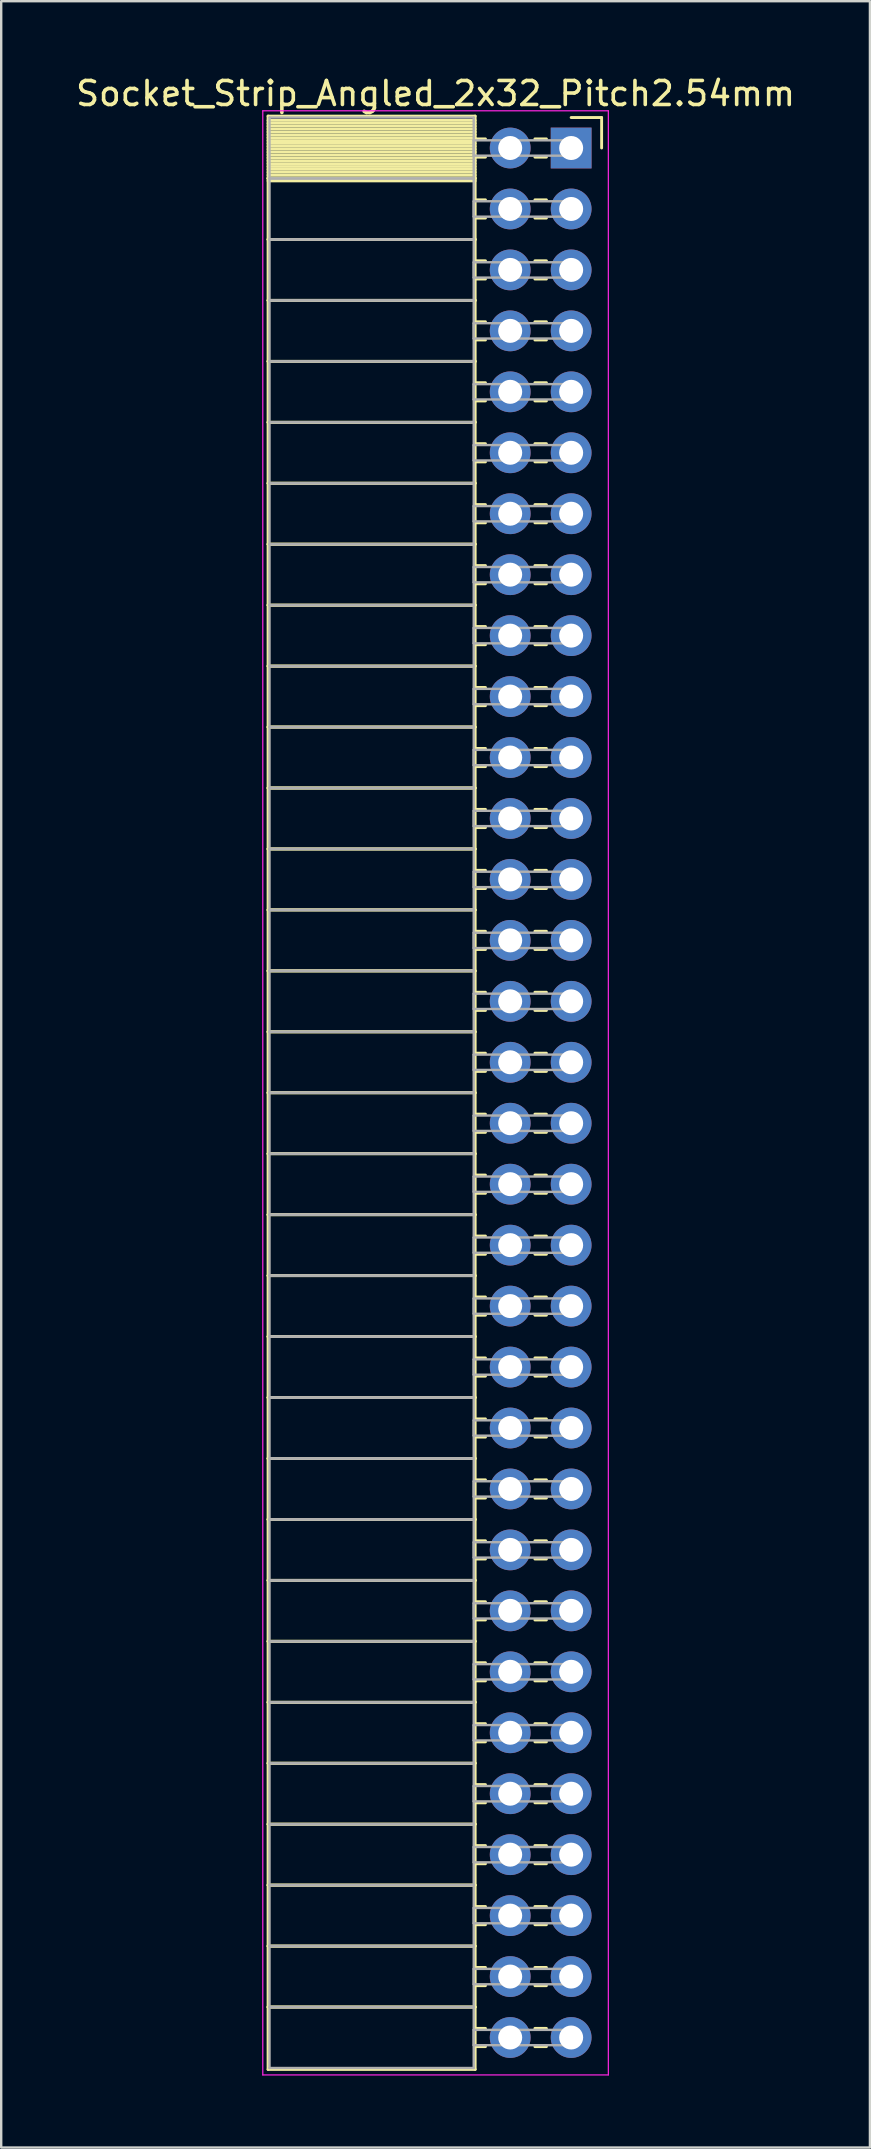
<source format=kicad_pcb>
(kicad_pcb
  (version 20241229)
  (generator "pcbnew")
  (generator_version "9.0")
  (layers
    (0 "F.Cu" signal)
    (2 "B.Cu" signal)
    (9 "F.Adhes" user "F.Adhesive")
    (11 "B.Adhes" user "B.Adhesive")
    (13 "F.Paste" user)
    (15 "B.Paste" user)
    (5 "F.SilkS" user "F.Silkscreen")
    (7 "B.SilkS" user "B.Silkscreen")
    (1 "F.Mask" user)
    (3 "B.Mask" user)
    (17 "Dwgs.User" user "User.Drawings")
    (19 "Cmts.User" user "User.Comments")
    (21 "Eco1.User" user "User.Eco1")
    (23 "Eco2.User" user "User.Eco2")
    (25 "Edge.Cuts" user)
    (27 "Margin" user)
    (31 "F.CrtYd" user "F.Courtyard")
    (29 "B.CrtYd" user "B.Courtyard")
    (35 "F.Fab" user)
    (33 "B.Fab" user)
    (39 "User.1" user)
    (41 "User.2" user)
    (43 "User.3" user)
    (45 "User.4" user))
  (footprint "Socket_Strip_Angled_2x32_Pitch2.54mm"
    (layer "F.Cu")
    (at 20.751 3.118)
    (property "Reference" "Socket_Strip_Angled_2x32_Pitch2.54mm" (at -5.65 -2.27 0) (layer "F.SilkS") (effects (font (size 1 1) (thickness 0.15))))
    (attr through_hole)
    (fp_line (start -12.63 -1.33) (end -4 -1.33) (stroke (width 0.12) (type solid)) (layer "F.SilkS"))
    (fp_line (start -12.63 1.27) (end -12.63 -1.33) (stroke (width 0.12) (type solid)) (layer "F.SilkS"))
    (fp_line (start -12.63 1.27) (end -4 1.27) (stroke (width 0.12) (type solid)) (layer "F.SilkS"))
    (fp_line (start -12.63 3.81) (end -12.63 1.27) (stroke (width 0.12) (type solid)) (layer "F.SilkS"))
    (fp_line (start -12.63 3.81) (end -4 3.81) (stroke (width 0.12) (type solid)) (layer "F.SilkS"))
    (fp_line (start -12.63 6.35) (end -12.63 3.81) (stroke (width 0.12) (type solid)) (layer "F.SilkS"))
    (fp_line (start -12.63 6.35) (end -4 6.35) (stroke (width 0.12) (type solid)) (layer "F.SilkS"))
    (fp_line (start -12.63 8.89) (end -12.63 6.35) (stroke (width 0.12) (type solid)) (layer "F.SilkS"))
    (fp_line (start -12.63 8.89) (end -4 8.89) (stroke (width 0.12) (type solid)) (layer "F.SilkS"))
    (fp_line (start -12.63 11.43) (end -12.63 8.89) (stroke (width 0.12) (type solid)) (layer "F.SilkS"))
    (fp_line (start -12.63 11.43) (end -4 11.43) (stroke (width 0.12) (type solid)) (layer "F.SilkS"))
    (fp_line (start -12.63 13.97) (end -12.63 11.43) (stroke (width 0.12) (type solid)) (layer "F.SilkS"))
    (fp_line (start -12.63 13.97) (end -4 13.97) (stroke (width 0.12) (type solid)) (layer "F.SilkS"))
    (fp_line (start -12.63 16.51) (end -12.63 13.97) (stroke (width 0.12) (type solid)) (layer "F.SilkS"))
    (fp_line (start -12.63 16.51) (end -4 16.51) (stroke (width 0.12) (type solid)) (layer "F.SilkS"))
    (fp_line (start -12.63 19.05) (end -12.63 16.51) (stroke (width 0.12) (type solid)) (layer "F.SilkS"))
    (fp_line (start -12.63 19.05) (end -4 19.05) (stroke (width 0.12) (type solid)) (layer "F.SilkS"))
    (fp_line (start -12.63 21.59) (end -12.63 19.05) (stroke (width 0.12) (type solid)) (layer "F.SilkS"))
    (fp_line (start -12.63 21.59) (end -4 21.59) (stroke (width 0.12) (type solid)) (layer "F.SilkS"))
    (fp_line (start -12.63 24.13) (end -12.63 21.59) (stroke (width 0.12) (type solid)) (layer "F.SilkS"))
    (fp_line (start -12.63 24.13) (end -4 24.13) (stroke (width 0.12) (type solid)) (layer "F.SilkS"))
    (fp_line (start -12.63 26.67) (end -12.63 24.13) (stroke (width 0.12) (type solid)) (layer "F.SilkS"))
    (fp_line (start -12.63 26.67) (end -4 26.67) (stroke (width 0.12) (type solid)) (layer "F.SilkS"))
    (fp_line (start -12.63 29.21) (end -12.63 26.67) (stroke (width 0.12) (type solid)) (layer "F.SilkS"))
    (fp_line (start -12.63 29.21) (end -4 29.21) (stroke (width 0.12) (type solid)) (layer "F.SilkS"))
    (fp_line (start -12.63 31.75) (end -12.63 29.21) (stroke (width 0.12) (type solid)) (layer "F.SilkS"))
    (fp_line (start -12.63 31.75) (end -4 31.75) (stroke (width 0.12) (type solid)) (layer "F.SilkS"))
    (fp_line (start -12.63 34.29) (end -12.63 31.75) (stroke (width 0.12) (type solid)) (layer "F.SilkS"))
    (fp_line (start -12.63 34.29) (end -4 34.29) (stroke (width 0.12) (type solid)) (layer "F.SilkS"))
    (fp_line (start -12.63 36.83) (end -12.63 34.29) (stroke (width 0.12) (type solid)) (layer "F.SilkS"))
    (fp_line (start -12.63 36.83) (end -4 36.83) (stroke (width 0.12) (type solid)) (layer "F.SilkS"))
    (fp_line (start -12.63 39.37) (end -12.63 36.83) (stroke (width 0.12) (type solid)) (layer "F.SilkS"))
    (fp_line (start -12.63 39.37) (end -4 39.37) (stroke (width 0.12) (type solid)) (layer "F.SilkS"))
    (fp_line (start -12.63 41.91) (end -12.63 39.37) (stroke (width 0.12) (type solid)) (layer "F.SilkS"))
    (fp_line (start -12.63 41.91) (end -4 41.91) (stroke (width 0.12) (type solid)) (layer "F.SilkS"))
    (fp_line (start -12.63 44.45) (end -12.63 41.91) (stroke (width 0.12) (type solid)) (layer "F.SilkS"))
    (fp_line (start -12.63 44.45) (end -4 44.45) (stroke (width 0.12) (type solid)) (layer "F.SilkS"))
    (fp_line (start -12.63 46.99) (end -12.63 44.45) (stroke (width 0.12) (type solid)) (layer "F.SilkS"))
    (fp_line (start -12.63 46.99) (end -4 46.99) (stroke (width 0.12) (type solid)) (layer "F.SilkS"))
    (fp_line (start -12.63 49.53) (end -12.63 46.99) (stroke (width 0.12) (type solid)) (layer "F.SilkS"))
    (fp_line (start -12.63 49.53) (end -4 49.53) (stroke (width 0.12) (type solid)) (layer "F.SilkS"))
    (fp_line (start -12.63 52.07) (end -12.63 49.53) (stroke (width 0.12) (type solid)) (layer "F.SilkS"))
    (fp_line (start -12.63 52.07) (end -4 52.07) (stroke (width 0.12) (type solid)) (layer "F.SilkS"))
    (fp_line (start -12.63 54.61) (end -12.63 52.07) (stroke (width 0.12) (type solid)) (layer "F.SilkS"))
    (fp_line (start -12.63 54.61) (end -4 54.61) (stroke (width 0.12) (type solid)) (layer "F.SilkS"))
    (fp_line (start -12.63 57.15) (end -12.63 54.61) (stroke (width 0.12) (type solid)) (layer "F.SilkS"))
    (fp_line (start -12.63 57.15) (end -4 57.15) (stroke (width 0.12) (type solid)) (layer "F.SilkS"))
    (fp_line (start -12.63 59.69) (end -12.63 57.15) (stroke (width 0.12) (type solid)) (layer "F.SilkS"))
    (fp_line (start -12.63 59.69) (end -4 59.69) (stroke (width 0.12) (type solid)) (layer "F.SilkS"))
    (fp_line (start -12.63 62.23) (end -12.63 59.69) (stroke (width 0.12) (type solid)) (layer "F.SilkS"))
    (fp_line (start -12.63 62.23) (end -4 62.23) (stroke (width 0.12) (type solid)) (layer "F.SilkS"))
    (fp_line (start -12.63 64.77) (end -12.63 62.23) (stroke (width 0.12) (type solid)) (layer "F.SilkS"))
    (fp_line (start -12.63 64.77) (end -4 64.77) (stroke (width 0.12) (type solid)) (layer "F.SilkS"))
    (fp_line (start -12.63 67.31) (end -12.63 64.77) (stroke (width 0.12) (type solid)) (layer "F.SilkS"))
    (fp_line (start -12.63 67.31) (end -4 67.31) (stroke (width 0.12) (type solid)) (layer "F.SilkS"))
    (fp_line (start -12.63 69.85) (end -12.63 67.31) (stroke (width 0.12) (type solid)) (layer "F.SilkS"))
    (fp_line (start -12.63 69.85) (end -4 69.85) (stroke (width 0.12) (type solid)) (layer "F.SilkS"))
    (fp_line (start -12.63 72.39) (end -12.63 69.85) (stroke (width 0.12) (type solid)) (layer "F.SilkS"))
    (fp_line (start -12.63 72.39) (end -4 72.39) (stroke (width 0.12) (type solid)) (layer "F.SilkS"))
    (fp_line (start -12.63 74.93) (end -12.63 72.39) (stroke (width 0.12) (type solid)) (layer "F.SilkS"))
    (fp_line (start -12.63 74.93) (end -4 74.93) (stroke (width 0.12) (type solid)) (layer "F.SilkS"))
    (fp_line (start -12.63 77.47) (end -12.63 74.93) (stroke (width 0.12) (type solid)) (layer "F.SilkS"))
    (fp_line (start -12.63 77.47) (end -4 77.47) (stroke (width 0.12) (type solid)) (layer "F.SilkS"))
    (fp_line (start -12.63 80.07) (end -12.63 77.47) (stroke (width 0.12) (type solid)) (layer "F.SilkS"))
    (fp_line (start -4 -1.33) (end -4 1.27) (stroke (width 0.12) (type solid)) (layer "F.SilkS"))
    (fp_line (start -4 -1.15) (end -12.63 -1.15) (stroke (width 0.12) (type solid)) (layer "F.SilkS"))
    (fp_line (start -4 -1.03) (end -12.63 -1.03) (stroke (width 0.12) (type solid)) (layer "F.SilkS"))
    (fp_line (start -4 -0.91) (end -12.63 -0.91) (stroke (width 0.12) (type solid)) (layer "F.SilkS"))
    (fp_line (start -4 -0.79) (end -12.63 -0.79) (stroke (width 0.12) (type solid)) (layer "F.SilkS"))
    (fp_line (start -4 -0.67) (end -12.63 -0.67) (stroke (width 0.12) (type solid)) (layer "F.SilkS"))
    (fp_line (start -4 -0.55) (end -12.63 -0.55) (stroke (width 0.12) (type solid)) (layer "F.SilkS"))
    (fp_line (start -4 -0.43) (end -12.63 -0.43) (stroke (width 0.12) (type solid)) (layer "F.SilkS"))
    (fp_line (start -4 -0.31) (end -12.63 -0.31) (stroke (width 0.12) (type solid)) (layer "F.SilkS"))
    (fp_line (start -4 -0.19) (end -12.63 -0.19) (stroke (width 0.12) (type solid)) (layer "F.SilkS"))
    (fp_line (start -4 -0.07) (end -12.63 -0.07) (stroke (width 0.12) (type solid)) (layer "F.SilkS"))
    (fp_line (start -4 0.05) (end -12.63 0.05) (stroke (width 0.12) (type solid)) (layer "F.SilkS"))
    (fp_line (start -4 0.17) (end -12.63 0.17) (stroke (width 0.12) (type solid)) (layer "F.SilkS"))
    (fp_line (start -4 0.29) (end -12.63 0.29) (stroke (width 0.12) (type solid)) (layer "F.SilkS"))
    (fp_line (start -4 0.41) (end -12.63 0.41) (stroke (width 0.12) (type solid)) (layer "F.SilkS"))
    (fp_line (start -4 0.53) (end -12.63 0.53) (stroke (width 0.12) (type solid)) (layer "F.SilkS"))
    (fp_line (start -4 0.65) (end -12.63 0.65) (stroke (width 0.12) (type solid)) (layer "F.SilkS"))
    (fp_line (start -4 0.77) (end -12.63 0.77) (stroke (width 0.12) (type solid)) (layer "F.SilkS"))
    (fp_line (start -4 0.89) (end -12.63 0.89) (stroke (width 0.12) (type solid)) (layer "F.SilkS"))
    (fp_line (start -4 1.01) (end -12.63 1.01) (stroke (width 0.12) (type solid)) (layer "F.SilkS"))
    (fp_line (start -4 1.13) (end -12.63 1.13) (stroke (width 0.12) (type solid)) (layer "F.SilkS"))
    (fp_line (start -4 1.25) (end -12.63 1.25) (stroke (width 0.12) (type solid)) (layer "F.SilkS"))
    (fp_line (start -4 1.27) (end -12.63 1.27) (stroke (width 0.12) (type solid)) (layer "F.SilkS"))
    (fp_line (start -4 1.27) (end -4 3.81) (stroke (width 0.12) (type solid)) (layer "F.SilkS"))
    (fp_line (start -4 1.37) (end -12.63 1.37) (stroke (width 0.12) (type solid)) (layer "F.SilkS"))
    (fp_line (start -4 3.81) (end -12.63 3.81) (stroke (width 0.12) (type solid)) (layer "F.SilkS"))
    (fp_line (start -4 3.81) (end -4 6.35) (stroke (width 0.12) (type solid)) (layer "F.SilkS"))
    (fp_line (start -4 6.35) (end -12.63 6.35) (stroke (width 0.12) (type solid)) (layer "F.SilkS"))
    (fp_line (start -4 6.35) (end -4 8.89) (stroke (width 0.12) (type solid)) (layer "F.SilkS"))
    (fp_line (start -4 8.89) (end -12.63 8.89) (stroke (width 0.12) (type solid)) (layer "F.SilkS"))
    (fp_line (start -4 8.89) (end -4 11.43) (stroke (width 0.12) (type solid)) (layer "F.SilkS"))
    (fp_line (start -4 11.43) (end -12.63 11.43) (stroke (width 0.12) (type solid)) (layer "F.SilkS"))
    (fp_line (start -4 11.43) (end -4 13.97) (stroke (width 0.12) (type solid)) (layer "F.SilkS"))
    (fp_line (start -4 13.97) (end -12.63 13.97) (stroke (width 0.12) (type solid)) (layer "F.SilkS"))
    (fp_line (start -4 13.97) (end -4 16.51) (stroke (width 0.12) (type solid)) (layer "F.SilkS"))
    (fp_line (start -4 16.51) (end -12.63 16.51) (stroke (width 0.12) (type solid)) (layer "F.SilkS"))
    (fp_line (start -4 16.51) (end -4 19.05) (stroke (width 0.12) (type solid)) (layer "F.SilkS"))
    (fp_line (start -4 19.05) (end -12.63 19.05) (stroke (width 0.12) (type solid)) (layer "F.SilkS"))
    (fp_line (start -4 19.05) (end -4 21.59) (stroke (width 0.12) (type solid)) (layer "F.SilkS"))
    (fp_line (start -4 21.59) (end -12.63 21.59) (stroke (width 0.12) (type solid)) (layer "F.SilkS"))
    (fp_line (start -4 21.59) (end -4 24.13) (stroke (width 0.12) (type solid)) (layer "F.SilkS"))
    (fp_line (start -4 24.13) (end -12.63 24.13) (stroke (width 0.12) (type solid)) (layer "F.SilkS"))
    (fp_line (start -4 24.13) (end -4 26.67) (stroke (width 0.12) (type solid)) (layer "F.SilkS"))
    (fp_line (start -4 26.67) (end -12.63 26.67) (stroke (width 0.12) (type solid)) (layer "F.SilkS"))
    (fp_line (start -4 26.67) (end -4 29.21) (stroke (width 0.12) (type solid)) (layer "F.SilkS"))
    (fp_line (start -4 29.21) (end -12.63 29.21) (stroke (width 0.12) (type solid)) (layer "F.SilkS"))
    (fp_line (start -4 29.21) (end -4 31.75) (stroke (width 0.12) (type solid)) (layer "F.SilkS"))
    (fp_line (start -4 31.75) (end -12.63 31.75) (stroke (width 0.12) (type solid)) (layer "F.SilkS"))
    (fp_line (start -4 31.75) (end -4 34.29) (stroke (width 0.12) (type solid)) (layer "F.SilkS"))
    (fp_line (start -4 34.29) (end -12.63 34.29) (stroke (width 0.12) (type solid)) (layer "F.SilkS"))
    (fp_line (start -4 34.29) (end -4 36.83) (stroke (width 0.12) (type solid)) (layer "F.SilkS"))
    (fp_line (start -4 36.83) (end -12.63 36.83) (stroke (width 0.12) (type solid)) (layer "F.SilkS"))
    (fp_line (start -4 36.83) (end -4 39.37) (stroke (width 0.12) (type solid)) (layer "F.SilkS"))
    (fp_line (start -4 39.37) (end -12.63 39.37) (stroke (width 0.12) (type solid)) (layer "F.SilkS"))
    (fp_line (start -4 39.37) (end -4 41.91) (stroke (width 0.12) (type solid)) (layer "F.SilkS"))
    (fp_line (start -4 41.91) (end -12.63 41.91) (stroke (width 0.12) (type solid)) (layer "F.SilkS"))
    (fp_line (start -4 41.91) (end -4 44.45) (stroke (width 0.12) (type solid)) (layer "F.SilkS"))
    (fp_line (start -4 44.45) (end -12.63 44.45) (stroke (width 0.12) (type solid)) (layer "F.SilkS"))
    (fp_line (start -4 44.45) (end -4 46.99) (stroke (width 0.12) (type solid)) (layer "F.SilkS"))
    (fp_line (start -4 46.99) (end -12.63 46.99) (stroke (width 0.12) (type solid)) (layer "F.SilkS"))
    (fp_line (start -4 46.99) (end -4 49.53) (stroke (width 0.12) (type solid)) (layer "F.SilkS"))
    (fp_line (start -4 49.53) (end -12.63 49.53) (stroke (width 0.12) (type solid)) (layer "F.SilkS"))
    (fp_line (start -4 49.53) (end -4 52.07) (stroke (width 0.12) (type solid)) (layer "F.SilkS"))
    (fp_line (start -4 52.07) (end -12.63 52.07) (stroke (width 0.12) (type solid)) (layer "F.SilkS"))
    (fp_line (start -4 52.07) (end -4 54.61) (stroke (width 0.12) (type solid)) (layer "F.SilkS"))
    (fp_line (start -4 54.61) (end -12.63 54.61) (stroke (width 0.12) (type solid)) (layer "F.SilkS"))
    (fp_line (start -4 54.61) (end -4 57.15) (stroke (width 0.12) (type solid)) (layer "F.SilkS"))
    (fp_line (start -4 57.15) (end -12.63 57.15) (stroke (width 0.12) (type solid)) (layer "F.SilkS"))
    (fp_line (start -4 57.15) (end -4 59.69) (stroke (width 0.12) (type solid)) (layer "F.SilkS"))
    (fp_line (start -4 59.69) (end -12.63 59.69) (stroke (width 0.12) (type solid)) (layer "F.SilkS"))
    (fp_line (start -4 59.69) (end -4 62.23) (stroke (width 0.12) (type solid)) (layer "F.SilkS"))
    (fp_line (start -4 62.23) (end -12.63 62.23) (stroke (width 0.12) (type solid)) (layer "F.SilkS"))
    (fp_line (start -4 62.23) (end -4 64.77) (stroke (width 0.12) (type solid)) (layer "F.SilkS"))
    (fp_line (start -4 64.77) (end -12.63 64.77) (stroke (width 0.12) (type solid)) (layer "F.SilkS"))
    (fp_line (start -4 64.77) (end -4 67.31) (stroke (width 0.12) (type solid)) (layer "F.SilkS"))
    (fp_line (start -4 67.31) (end -12.63 67.31) (stroke (width 0.12) (type solid)) (layer "F.SilkS"))
    (fp_line (start -4 67.31) (end -4 69.85) (stroke (width 0.12) (type solid)) (layer "F.SilkS"))
    (fp_line (start -4 69.85) (end -12.63 69.85) (stroke (width 0.12) (type solid)) (layer "F.SilkS"))
    (fp_line (start -4 69.85) (end -4 72.39) (stroke (width 0.12) (type solid)) (layer "F.SilkS"))
    (fp_line (start -4 72.39) (end -12.63 72.39) (stroke (width 0.12) (type solid)) (layer "F.SilkS"))
    (fp_line (start -4 72.39) (end -4 74.93) (stroke (width 0.12) (type solid)) (layer "F.SilkS"))
    (fp_line (start -4 74.93) (end -12.63 74.93) (stroke (width 0.12) (type solid)) (layer "F.SilkS"))
    (fp_line (start -4 74.93) (end -4 77.47) (stroke (width 0.12) (type solid)) (layer "F.SilkS"))
    (fp_line (start -4 77.47) (end -12.63 77.47) (stroke (width 0.12) (type solid)) (layer "F.SilkS"))
    (fp_line (start -4 77.47) (end -4 80.07) (stroke (width 0.12) (type solid)) (layer "F.SilkS"))
    (fp_line (start -4 80.07) (end -12.63 80.07) (stroke (width 0.12) (type solid)) (layer "F.SilkS"))
    (fp_line (start -3.57 -0.38) (end -4 -0.38) (stroke (width 0.12) (type solid)) (layer "F.SilkS"))
    (fp_line (start -3.57 0.38) (end -4 0.38) (stroke (width 0.12) (type solid)) (layer "F.SilkS"))
    (fp_line (start -3.57 2.16) (end -4 2.16) (stroke (width 0.12) (type solid)) (layer "F.SilkS"))
    (fp_line (start -3.57 2.92) (end -4 2.92) (stroke (width 0.12) (type solid)) (layer "F.SilkS"))
    (fp_line (start -3.57 4.7) (end -4 4.7) (stroke (width 0.12) (type solid)) (layer "F.SilkS"))
    (fp_line (start -3.57 5.46) (end -4 5.46) (stroke (width 0.12) (type solid)) (layer "F.SilkS"))
    (fp_line (start -3.57 7.24) (end -4 7.24) (stroke (width 0.12) (type solid)) (layer "F.SilkS"))
    (fp_line (start -3.57 8) (end -4 8) (stroke (width 0.12) (type solid)) (layer "F.SilkS"))
    (fp_line (start -3.57 9.78) (end -4 9.78) (stroke (width 0.12) (type solid)) (layer "F.SilkS"))
    (fp_line (start -3.57 10.54) (end -4 10.54) (stroke (width 0.12) (type solid)) (layer "F.SilkS"))
    (fp_line (start -3.57 12.32) (end -4 12.32) (stroke (width 0.12) (type solid)) (layer "F.SilkS"))
    (fp_line (start -3.57 13.08) (end -4 13.08) (stroke (width 0.12) (type solid)) (layer "F.SilkS"))
    (fp_line (start -3.57 14.86) (end -4 14.86) (stroke (width 0.12) (type solid)) (layer "F.SilkS"))
    (fp_line (start -3.57 15.62) (end -4 15.62) (stroke (width 0.12) (type solid)) (layer "F.SilkS"))
    (fp_line (start -3.57 17.4) (end -4 17.4) (stroke (width 0.12) (type solid)) (layer "F.SilkS"))
    (fp_line (start -3.57 18.16) (end -4 18.16) (stroke (width 0.12) (type solid)) (layer "F.SilkS"))
    (fp_line (start -3.57 19.94) (end -4 19.94) (stroke (width 0.12) (type solid)) (layer "F.SilkS"))
    (fp_line (start -3.57 20.7) (end -4 20.7) (stroke (width 0.12) (type solid)) (layer "F.SilkS"))
    (fp_line (start -3.57 22.48) (end -4 22.48) (stroke (width 0.12) (type solid)) (layer "F.SilkS"))
    (fp_line (start -3.57 23.24) (end -4 23.24) (stroke (width 0.12) (type solid)) (layer "F.SilkS"))
    (fp_line (start -3.57 25.02) (end -4 25.02) (stroke (width 0.12) (type solid)) (layer "F.SilkS"))
    (fp_line (start -3.57 25.78) (end -4 25.78) (stroke (width 0.12) (type solid)) (layer "F.SilkS"))
    (fp_line (start -3.57 27.56) (end -4 27.56) (stroke (width 0.12) (type solid)) (layer "F.SilkS"))
    (fp_line (start -3.57 28.32) (end -4 28.32) (stroke (width 0.12) (type solid)) (layer "F.SilkS"))
    (fp_line (start -3.57 30.1) (end -4 30.1) (stroke (width 0.12) (type solid)) (layer "F.SilkS"))
    (fp_line (start -3.57 30.86) (end -4 30.86) (stroke (width 0.12) (type solid)) (layer "F.SilkS"))
    (fp_line (start -3.57 32.64) (end -4 32.64) (stroke (width 0.12) (type solid)) (layer "F.SilkS"))
    (fp_line (start -3.57 33.4) (end -4 33.4) (stroke (width 0.12) (type solid)) (layer "F.SilkS"))
    (fp_line (start -3.57 35.18) (end -4 35.18) (stroke (width 0.12) (type solid)) (layer "F.SilkS"))
    (fp_line (start -3.57 35.94) (end -4 35.94) (stroke (width 0.12) (type solid)) (layer "F.SilkS"))
    (fp_line (start -3.57 37.72) (end -4 37.72) (stroke (width 0.12) (type solid)) (layer "F.SilkS"))
    (fp_line (start -3.57 38.48) (end -4 38.48) (stroke (width 0.12) (type solid)) (layer "F.SilkS"))
    (fp_line (start -3.57 40.26) (end -4 40.26) (stroke (width 0.12) (type solid)) (layer "F.SilkS"))
    (fp_line (start -3.57 41.02) (end -4 41.02) (stroke (width 0.12) (type solid)) (layer "F.SilkS"))
    (fp_line (start -3.57 42.8) (end -4 42.8) (stroke (width 0.12) (type solid)) (layer "F.SilkS"))
    (fp_line (start -3.57 43.56) (end -4 43.56) (stroke (width 0.12) (type solid)) (layer "F.SilkS"))
    (fp_line (start -3.57 45.34) (end -4 45.34) (stroke (width 0.12) (type solid)) (layer "F.SilkS"))
    (fp_line (start -3.57 46.1) (end -4 46.1) (stroke (width 0.12) (type solid)) (layer "F.SilkS"))
    (fp_line (start -3.57 47.88) (end -4 47.88) (stroke (width 0.12) (type solid)) (layer "F.SilkS"))
    (fp_line (start -3.57 48.64) (end -4 48.64) (stroke (width 0.12) (type solid)) (layer "F.SilkS"))
    (fp_line (start -3.57 50.42) (end -4 50.42) (stroke (width 0.12) (type solid)) (layer "F.SilkS"))
    (fp_line (start -3.57 51.18) (end -4 51.18) (stroke (width 0.12) (type solid)) (layer "F.SilkS"))
    (fp_line (start -3.57 52.96) (end -4 52.96) (stroke (width 0.12) (type solid)) (layer "F.SilkS"))
    (fp_line (start -3.57 53.72) (end -4 53.72) (stroke (width 0.12) (type solid)) (layer "F.SilkS"))
    (fp_line (start -3.57 55.5) (end -4 55.5) (stroke (width 0.12) (type solid)) (layer "F.SilkS"))
    (fp_line (start -3.57 56.26) (end -4 56.26) (stroke (width 0.12) (type solid)) (layer "F.SilkS"))
    (fp_line (start -3.57 58.04) (end -4 58.04) (stroke (width 0.12) (type solid)) (layer "F.SilkS"))
    (fp_line (start -3.57 58.8) (end -4 58.8) (stroke (width 0.12) (type solid)) (layer "F.SilkS"))
    (fp_line (start -3.57 60.58) (end -4 60.58) (stroke (width 0.12) (type solid)) (layer "F.SilkS"))
    (fp_line (start -3.57 61.34) (end -4 61.34) (stroke (width 0.12) (type solid)) (layer "F.SilkS"))
    (fp_line (start -3.57 63.12) (end -4 63.12) (stroke (width 0.12) (type solid)) (layer "F.SilkS"))
    (fp_line (start -3.57 63.88) (end -4 63.88) (stroke (width 0.12) (type solid)) (layer "F.SilkS"))
    (fp_line (start -3.57 65.66) (end -4 65.66) (stroke (width 0.12) (type solid)) (layer "F.SilkS"))
    (fp_line (start -3.57 66.42) (end -4 66.42) (stroke (width 0.12) (type solid)) (layer "F.SilkS"))
    (fp_line (start -3.57 68.2) (end -4 68.2) (stroke (width 0.12) (type solid)) (layer "F.SilkS"))
    (fp_line (start -3.57 68.96) (end -4 68.96) (stroke (width 0.12) (type solid)) (layer "F.SilkS"))
    (fp_line (start -3.57 70.74) (end -4 70.74) (stroke (width 0.12) (type solid)) (layer "F.SilkS"))
    (fp_line (start -3.57 71.5) (end -4 71.5) (stroke (width 0.12) (type solid)) (layer "F.SilkS"))
    (fp_line (start -3.57 73.28) (end -4 73.28) (stroke (width 0.12) (type solid)) (layer "F.SilkS"))
    (fp_line (start -3.57 74.04) (end -4 74.04) (stroke (width 0.12) (type solid)) (layer "F.SilkS"))
    (fp_line (start -3.57 75.82) (end -4 75.82) (stroke (width 0.12) (type solid)) (layer "F.SilkS"))
    (fp_line (start -3.57 76.58) (end -4 76.58) (stroke (width 0.12) (type solid)) (layer "F.SilkS"))
    (fp_line (start -3.57 78.36) (end -4 78.36) (stroke (width 0.12) (type solid)) (layer "F.SilkS"))
    (fp_line (start -3.57 79.12) (end -4 79.12) (stroke (width 0.12) (type solid)) (layer "F.SilkS"))
    (fp_line (start -1.03 -0.38) (end -1.51 -0.38) (stroke (width 0.12) (type solid)) (layer "F.SilkS"))
    (fp_line (start -1.03 0.38) (end -1.51 0.38) (stroke (width 0.12) (type solid)) (layer "F.SilkS"))
    (fp_line (start -1.03 2.16) (end -1.51 2.16) (stroke (width 0.12) (type solid)) (layer "F.SilkS"))
    (fp_line (start -1.03 2.92) (end -1.51 2.92) (stroke (width 0.12) (type solid)) (layer "F.SilkS"))
    (fp_line (start -1.03 4.7) (end -1.51 4.7) (stroke (width 0.12) (type solid)) (layer "F.SilkS"))
    (fp_line (start -1.03 5.46) (end -1.51 5.46) (stroke (width 0.12) (type solid)) (layer "F.SilkS"))
    (fp_line (start -1.03 7.24) (end -1.51 7.24) (stroke (width 0.12) (type solid)) (layer "F.SilkS"))
    (fp_line (start -1.03 8) (end -1.51 8) (stroke (width 0.12) (type solid)) (layer "F.SilkS"))
    (fp_line (start -1.03 9.78) (end -1.51 9.78) (stroke (width 0.12) (type solid)) (layer "F.SilkS"))
    (fp_line (start -1.03 10.54) (end -1.51 10.54) (stroke (width 0.12) (type solid)) (layer "F.SilkS"))
    (fp_line (start -1.03 12.32) (end -1.51 12.32) (stroke (width 0.12) (type solid)) (layer "F.SilkS"))
    (fp_line (start -1.03 13.08) (end -1.51 13.08) (stroke (width 0.12) (type solid)) (layer "F.SilkS"))
    (fp_line (start -1.03 14.86) (end -1.51 14.86) (stroke (width 0.12) (type solid)) (layer "F.SilkS"))
    (fp_line (start -1.03 15.62) (end -1.51 15.62) (stroke (width 0.12) (type solid)) (layer "F.SilkS"))
    (fp_line (start -1.03 17.4) (end -1.51 17.4) (stroke (width 0.12) (type solid)) (layer "F.SilkS"))
    (fp_line (start -1.03 18.16) (end -1.51 18.16) (stroke (width 0.12) (type solid)) (layer "F.SilkS"))
    (fp_line (start -1.03 19.94) (end -1.51 19.94) (stroke (width 0.12) (type solid)) (layer "F.SilkS"))
    (fp_line (start -1.03 20.7) (end -1.51 20.7) (stroke (width 0.12) (type solid)) (layer "F.SilkS"))
    (fp_line (start -1.03 22.48) (end -1.51 22.48) (stroke (width 0.12) (type solid)) (layer "F.SilkS"))
    (fp_line (start -1.03 23.24) (end -1.51 23.24) (stroke (width 0.12) (type solid)) (layer "F.SilkS"))
    (fp_line (start -1.03 25.02) (end -1.51 25.02) (stroke (width 0.12) (type solid)) (layer "F.SilkS"))
    (fp_line (start -1.03 25.78) (end -1.51 25.78) (stroke (width 0.12) (type solid)) (layer "F.SilkS"))
    (fp_line (start -1.03 27.56) (end -1.51 27.56) (stroke (width 0.12) (type solid)) (layer "F.SilkS"))
    (fp_line (start -1.03 28.32) (end -1.51 28.32) (stroke (width 0.12) (type solid)) (layer "F.SilkS"))
    (fp_line (start -1.03 30.1) (end -1.51 30.1) (stroke (width 0.12) (type solid)) (layer "F.SilkS"))
    (fp_line (start -1.03 30.86) (end -1.51 30.86) (stroke (width 0.12) (type solid)) (layer "F.SilkS"))
    (fp_line (start -1.03 32.64) (end -1.51 32.64) (stroke (width 0.12) (type solid)) (layer "F.SilkS"))
    (fp_line (start -1.03 33.4) (end -1.51 33.4) (stroke (width 0.12) (type solid)) (layer "F.SilkS"))
    (fp_line (start -1.03 35.18) (end -1.51 35.18) (stroke (width 0.12) (type solid)) (layer "F.SilkS"))
    (fp_line (start -1.03 35.94) (end -1.51 35.94) (stroke (width 0.12) (type solid)) (layer "F.SilkS"))
    (fp_line (start -1.03 37.72) (end -1.51 37.72) (stroke (width 0.12) (type solid)) (layer "F.SilkS"))
    (fp_line (start -1.03 38.48) (end -1.51 38.48) (stroke (width 0.12) (type solid)) (layer "F.SilkS"))
    (fp_line (start -1.03 40.26) (end -1.51 40.26) (stroke (width 0.12) (type solid)) (layer "F.SilkS"))
    (fp_line (start -1.03 41.02) (end -1.51 41.02) (stroke (width 0.12) (type solid)) (layer "F.SilkS"))
    (fp_line (start -1.03 42.8) (end -1.51 42.8) (stroke (width 0.12) (type solid)) (layer "F.SilkS"))
    (fp_line (start -1.03 43.56) (end -1.51 43.56) (stroke (width 0.12) (type solid)) (layer "F.SilkS"))
    (fp_line (start -1.03 45.34) (end -1.51 45.34) (stroke (width 0.12) (type solid)) (layer "F.SilkS"))
    (fp_line (start -1.03 46.1) (end -1.51 46.1) (stroke (width 0.12) (type solid)) (layer "F.SilkS"))
    (fp_line (start -1.03 47.88) (end -1.51 47.88) (stroke (width 0.12) (type solid)) (layer "F.SilkS"))
    (fp_line (start -1.03 48.64) (end -1.51 48.64) (stroke (width 0.12) (type solid)) (layer "F.SilkS"))
    (fp_line (start -1.03 50.42) (end -1.51 50.42) (stroke (width 0.12) (type solid)) (layer "F.SilkS"))
    (fp_line (start -1.03 51.18) (end -1.51 51.18) (stroke (width 0.12) (type solid)) (layer "F.SilkS"))
    (fp_line (start -1.03 52.96) (end -1.51 52.96) (stroke (width 0.12) (type solid)) (layer "F.SilkS"))
    (fp_line (start -1.03 53.72) (end -1.51 53.72) (stroke (width 0.12) (type solid)) (layer "F.SilkS"))
    (fp_line (start -1.03 55.5) (end -1.51 55.5) (stroke (width 0.12) (type solid)) (layer "F.SilkS"))
    (fp_line (start -1.03 56.26) (end -1.51 56.26) (stroke (width 0.12) (type solid)) (layer "F.SilkS"))
    (fp_line (start -1.03 58.04) (end -1.51 58.04) (stroke (width 0.12) (type solid)) (layer "F.SilkS"))
    (fp_line (start -1.03 58.8) (end -1.51 58.8) (stroke (width 0.12) (type solid)) (layer "F.SilkS"))
    (fp_line (start -1.03 60.58) (end -1.51 60.58) (stroke (width 0.12) (type solid)) (layer "F.SilkS"))
    (fp_line (start -1.03 61.34) (end -1.51 61.34) (stroke (width 0.12) (type solid)) (layer "F.SilkS"))
    (fp_line (start -1.03 63.12) (end -1.51 63.12) (stroke (width 0.12) (type solid)) (layer "F.SilkS"))
    (fp_line (start -1.03 63.88) (end -1.51 63.88) (stroke (width 0.12) (type solid)) (layer "F.SilkS"))
    (fp_line (start -1.03 65.66) (end -1.51 65.66) (stroke (width 0.12) (type solid)) (layer "F.SilkS"))
    (fp_line (start -1.03 66.42) (end -1.51 66.42) (stroke (width 0.12) (type solid)) (layer "F.SilkS"))
    (fp_line (start -1.03 68.2) (end -1.51 68.2) (stroke (width 0.12) (type solid)) (layer "F.SilkS"))
    (fp_line (start -1.03 68.96) (end -1.51 68.96) (stroke (width 0.12) (type solid)) (layer "F.SilkS"))
    (fp_line (start -1.03 70.74) (end -1.51 70.74) (stroke (width 0.12) (type solid)) (layer "F.SilkS"))
    (fp_line (start -1.03 71.5) (end -1.51 71.5) (stroke (width 0.12) (type solid)) (layer "F.SilkS"))
    (fp_line (start -1.03 73.28) (end -1.51 73.28) (stroke (width 0.12) (type solid)) (layer "F.SilkS"))
    (fp_line (start -1.03 74.04) (end -1.51 74.04) (stroke (width 0.12) (type solid)) (layer "F.SilkS"))
    (fp_line (start -1.03 75.82) (end -1.51 75.82) (stroke (width 0.12) (type solid)) (layer "F.SilkS"))
    (fp_line (start -1.03 76.58) (end -1.51 76.58) (stroke (width 0.12) (type solid)) (layer "F.SilkS"))
    (fp_line (start -1.03 78.36) (end -1.51 78.36) (stroke (width 0.12) (type solid)) (layer "F.SilkS"))
    (fp_line (start -1.03 79.12) (end -1.51 79.12) (stroke (width 0.12) (type solid)) (layer "F.SilkS"))
    (fp_line (start 0 -1.27) (end 1.27 -1.27) (stroke (width 0.12) (type solid)) (layer "F.SilkS"))
    (fp_line (start 1.27 -1.27) (end 1.27 0) (stroke (width 0.12) (type solid)) (layer "F.SilkS"))
    (fp_line (start -12.85 -1.55) (end 1.55 -1.55) (stroke (width 0.05) (type solid)) (layer "F.CrtYd"))
    (fp_line (start -12.85 80.3) (end -12.85 -1.55) (stroke (width 0.05) (type solid)) (layer "F.CrtYd"))
    (fp_line (start 1.55 -1.55) (end 1.55 80.3) (stroke (width 0.05) (type solid)) (layer "F.CrtYd"))
    (fp_line (start 1.55 80.3) (end -12.85 80.3) (stroke (width 0.05) (type solid)) (layer "F.CrtYd"))
    (fp_line (start -12.57 -1.27) (end -4.06 -1.27) (stroke (width 0.1) (type solid)) (layer "F.Fab"))
    (fp_line (start -12.57 1.27) (end -12.57 -1.27) (stroke (width 0.1) (type solid)) (layer "F.Fab"))
    (fp_line (start -12.57 1.27) (end -4.06 1.27) (stroke (width 0.1) (type solid)) (layer "F.Fab"))
    (fp_line (start -12.57 3.81) (end -12.57 1.27) (stroke (width 0.1) (type solid)) (layer "F.Fab"))
    (fp_line (start -12.57 3.81) (end -4.06 3.81) (stroke (width 0.1) (type solid)) (layer "F.Fab"))
    (fp_line (start -12.57 6.35) (end -12.57 3.81) (stroke (width 0.1) (type solid)) (layer "F.Fab"))
    (fp_line (start -12.57 6.35) (end -4.06 6.35) (stroke (width 0.1) (type solid)) (layer "F.Fab"))
    (fp_line (start -12.57 8.89) (end -12.57 6.35) (stroke (width 0.1) (type solid)) (layer "F.Fab"))
    (fp_line (start -12.57 8.89) (end -4.06 8.89) (stroke (width 0.1) (type solid)) (layer "F.Fab"))
    (fp_line (start -12.57 11.43) (end -12.57 8.89) (stroke (width 0.1) (type solid)) (layer "F.Fab"))
    (fp_line (start -12.57 11.43) (end -4.06 11.43) (stroke (width 0.1) (type solid)) (layer "F.Fab"))
    (fp_line (start -12.57 13.97) (end -12.57 11.43) (stroke (width 0.1) (type solid)) (layer "F.Fab"))
    (fp_line (start -12.57 13.97) (end -4.06 13.97) (stroke (width 0.1) (type solid)) (layer "F.Fab"))
    (fp_line (start -12.57 16.51) (end -12.57 13.97) (stroke (width 0.1) (type solid)) (layer "F.Fab"))
    (fp_line (start -12.57 16.51) (end -4.06 16.51) (stroke (width 0.1) (type solid)) (layer "F.Fab"))
    (fp_line (start -12.57 19.05) (end -12.57 16.51) (stroke (width 0.1) (type solid)) (layer "F.Fab"))
    (fp_line (start -12.57 19.05) (end -4.06 19.05) (stroke (width 0.1) (type solid)) (layer "F.Fab"))
    (fp_line (start -12.57 21.59) (end -12.57 19.05) (stroke (width 0.1) (type solid)) (layer "F.Fab"))
    (fp_line (start -12.57 21.59) (end -4.06 21.59) (stroke (width 0.1) (type solid)) (layer "F.Fab"))
    (fp_line (start -12.57 24.13) (end -12.57 21.59) (stroke (width 0.1) (type solid)) (layer "F.Fab"))
    (fp_line (start -12.57 24.13) (end -4.06 24.13) (stroke (width 0.1) (type solid)) (layer "F.Fab"))
    (fp_line (start -12.57 26.67) (end -12.57 24.13) (stroke (width 0.1) (type solid)) (layer "F.Fab"))
    (fp_line (start -12.57 26.67) (end -4.06 26.67) (stroke (width 0.1) (type solid)) (layer "F.Fab"))
    (fp_line (start -12.57 29.21) (end -12.57 26.67) (stroke (width 0.1) (type solid)) (layer "F.Fab"))
    (fp_line (start -12.57 29.21) (end -4.06 29.21) (stroke (width 0.1) (type solid)) (layer "F.Fab"))
    (fp_line (start -12.57 31.75) (end -12.57 29.21) (stroke (width 0.1) (type solid)) (layer "F.Fab"))
    (fp_line (start -12.57 31.75) (end -4.06 31.75) (stroke (width 0.1) (type solid)) (layer "F.Fab"))
    (fp_line (start -12.57 34.29) (end -12.57 31.75) (stroke (width 0.1) (type solid)) (layer "F.Fab"))
    (fp_line (start -12.57 34.29) (end -4.06 34.29) (stroke (width 0.1) (type solid)) (layer "F.Fab"))
    (fp_line (start -12.57 36.83) (end -12.57 34.29) (stroke (width 0.1) (type solid)) (layer "F.Fab"))
    (fp_line (start -12.57 36.83) (end -4.06 36.83) (stroke (width 0.1) (type solid)) (layer "F.Fab"))
    (fp_line (start -12.57 39.37) (end -12.57 36.83) (stroke (width 0.1) (type solid)) (layer "F.Fab"))
    (fp_line (start -12.57 39.37) (end -4.06 39.37) (stroke (width 0.1) (type solid)) (layer "F.Fab"))
    (fp_line (start -12.57 41.91) (end -12.57 39.37) (stroke (width 0.1) (type solid)) (layer "F.Fab"))
    (fp_line (start -12.57 41.91) (end -4.06 41.91) (stroke (width 0.1) (type solid)) (layer "F.Fab"))
    (fp_line (start -12.57 44.45) (end -12.57 41.91) (stroke (width 0.1) (type solid)) (layer "F.Fab"))
    (fp_line (start -12.57 44.45) (end -4.06 44.45) (stroke (width 0.1) (type solid)) (layer "F.Fab"))
    (fp_line (start -12.57 46.99) (end -12.57 44.45) (stroke (width 0.1) (type solid)) (layer "F.Fab"))
    (fp_line (start -12.57 46.99) (end -4.06 46.99) (stroke (width 0.1) (type solid)) (layer "F.Fab"))
    (fp_line (start -12.57 49.53) (end -12.57 46.99) (stroke (width 0.1) (type solid)) (layer "F.Fab"))
    (fp_line (start -12.57 49.53) (end -4.06 49.53) (stroke (width 0.1) (type solid)) (layer "F.Fab"))
    (fp_line (start -12.57 52.07) (end -12.57 49.53) (stroke (width 0.1) (type solid)) (layer "F.Fab"))
    (fp_line (start -12.57 52.07) (end -4.06 52.07) (stroke (width 0.1) (type solid)) (layer "F.Fab"))
    (fp_line (start -12.57 54.61) (end -12.57 52.07) (stroke (width 0.1) (type solid)) (layer "F.Fab"))
    (fp_line (start -12.57 54.61) (end -4.06 54.61) (stroke (width 0.1) (type solid)) (layer "F.Fab"))
    (fp_line (start -12.57 57.15) (end -12.57 54.61) (stroke (width 0.1) (type solid)) (layer "F.Fab"))
    (fp_line (start -12.57 57.15) (end -4.06 57.15) (stroke (width 0.1) (type solid)) (layer "F.Fab"))
    (fp_line (start -12.57 59.69) (end -12.57 57.15) (stroke (width 0.1) (type solid)) (layer "F.Fab"))
    (fp_line (start -12.57 59.69) (end -4.06 59.69) (stroke (width 0.1) (type solid)) (layer "F.Fab"))
    (fp_line (start -12.57 62.23) (end -12.57 59.69) (stroke (width 0.1) (type solid)) (layer "F.Fab"))
    (fp_line (start -12.57 62.23) (end -4.06 62.23) (stroke (width 0.1) (type solid)) (layer "F.Fab"))
    (fp_line (start -12.57 64.77) (end -12.57 62.23) (stroke (width 0.1) (type solid)) (layer "F.Fab"))
    (fp_line (start -12.57 64.77) (end -4.06 64.77) (stroke (width 0.1) (type solid)) (layer "F.Fab"))
    (fp_line (start -12.57 67.31) (end -12.57 64.77) (stroke (width 0.1) (type solid)) (layer "F.Fab"))
    (fp_line (start -12.57 67.31) (end -4.06 67.31) (stroke (width 0.1) (type solid)) (layer "F.Fab"))
    (fp_line (start -12.57 69.85) (end -12.57 67.31) (stroke (width 0.1) (type solid)) (layer "F.Fab"))
    (fp_line (start -12.57 69.85) (end -4.06 69.85) (stroke (width 0.1) (type solid)) (layer "F.Fab"))
    (fp_line (start -12.57 72.39) (end -12.57 69.85) (stroke (width 0.1) (type solid)) (layer "F.Fab"))
    (fp_line (start -12.57 72.39) (end -4.06 72.39) (stroke (width 0.1) (type solid)) (layer "F.Fab"))
    (fp_line (start -12.57 74.93) (end -12.57 72.39) (stroke (width 0.1) (type solid)) (layer "F.Fab"))
    (fp_line (start -12.57 74.93) (end -4.06 74.93) (stroke (width 0.1) (type solid)) (layer "F.Fab"))
    (fp_line (start -12.57 77.47) (end -12.57 74.93) (stroke (width 0.1) (type solid)) (layer "F.Fab"))
    (fp_line (start -12.57 77.47) (end -4.06 77.47) (stroke (width 0.1) (type solid)) (layer "F.Fab"))
    (fp_line (start -12.57 80.01) (end -12.57 77.47) (stroke (width 0.1) (type solid)) (layer "F.Fab"))
    (fp_line (start -4.06 -1.27) (end -4.06 1.27) (stroke (width 0.1) (type solid)) (layer "F.Fab"))
    (fp_line (start -4.06 -0.32) (end 0 -0.32) (stroke (width 0.1) (type solid)) (layer "F.Fab"))
    (fp_line (start -4.06 0.32) (end -4.06 -0.32) (stroke (width 0.1) (type solid)) (layer "F.Fab"))
    (fp_line (start -4.06 1.27) (end -12.57 1.27) (stroke (width 0.1) (type solid)) (layer "F.Fab"))
    (fp_line (start -4.06 1.27) (end -4.06 3.81) (stroke (width 0.1) (type solid)) (layer "F.Fab"))
    (fp_line (start -4.06 2.22) (end 0 2.22) (stroke (width 0.1) (type solid)) (layer "F.Fab"))
    (fp_line (start -4.06 2.86) (end -4.06 2.22) (stroke (width 0.1) (type solid)) (layer "F.Fab"))
    (fp_line (start -4.06 3.81) (end -12.57 3.81) (stroke (width 0.1) (type solid)) (layer "F.Fab"))
    (fp_line (start -4.06 3.81) (end -4.06 6.35) (stroke (width 0.1) (type solid)) (layer "F.Fab"))
    (fp_line (start -4.06 4.76) (end 0 4.76) (stroke (width 0.1) (type solid)) (layer "F.Fab"))
    (fp_line (start -4.06 5.4) (end -4.06 4.76) (stroke (width 0.1) (type solid)) (layer "F.Fab"))
    (fp_line (start -4.06 6.35) (end -12.57 6.35) (stroke (width 0.1) (type solid)) (layer "F.Fab"))
    (fp_line (start -4.06 6.35) (end -4.06 8.89) (stroke (width 0.1) (type solid)) (layer "F.Fab"))
    (fp_line (start -4.06 7.3) (end 0 7.3) (stroke (width 0.1) (type solid)) (layer "F.Fab"))
    (fp_line (start -4.06 7.94) (end -4.06 7.3) (stroke (width 0.1) (type solid)) (layer "F.Fab"))
    (fp_line (start -4.06 8.89) (end -12.57 8.89) (stroke (width 0.1) (type solid)) (layer "F.Fab"))
    (fp_line (start -4.06 8.89) (end -4.06 11.43) (stroke (width 0.1) (type solid)) (layer "F.Fab"))
    (fp_line (start -4.06 9.84) (end 0 9.84) (stroke (width 0.1) (type solid)) (layer "F.Fab"))
    (fp_line (start -4.06 10.48) (end -4.06 9.84) (stroke (width 0.1) (type solid)) (layer "F.Fab"))
    (fp_line (start -4.06 11.43) (end -12.57 11.43) (stroke (width 0.1) (type solid)) (layer "F.Fab"))
    (fp_line (start -4.06 11.43) (end -4.06 13.97) (stroke (width 0.1) (type solid)) (layer "F.Fab"))
    (fp_line (start -4.06 12.38) (end 0 12.38) (stroke (width 0.1) (type solid)) (layer "F.Fab"))
    (fp_line (start -4.06 13.02) (end -4.06 12.38) (stroke (width 0.1) (type solid)) (layer "F.Fab"))
    (fp_line (start -4.06 13.97) (end -12.57 13.97) (stroke (width 0.1) (type solid)) (layer "F.Fab"))
    (fp_line (start -4.06 13.97) (end -4.06 16.51) (stroke (width 0.1) (type solid)) (layer "F.Fab"))
    (fp_line (start -4.06 14.92) (end 0 14.92) (stroke (width 0.1) (type solid)) (layer "F.Fab"))
    (fp_line (start -4.06 15.56) (end -4.06 14.92) (stroke (width 0.1) (type solid)) (layer "F.Fab"))
    (fp_line (start -4.06 16.51) (end -12.57 16.51) (stroke (width 0.1) (type solid)) (layer "F.Fab"))
    (fp_line (start -4.06 16.51) (end -4.06 19.05) (stroke (width 0.1) (type solid)) (layer "F.Fab"))
    (fp_line (start -4.06 17.46) (end 0 17.46) (stroke (width 0.1) (type solid)) (layer "F.Fab"))
    (fp_line (start -4.06 18.1) (end -4.06 17.46) (stroke (width 0.1) (type solid)) (layer "F.Fab"))
    (fp_line (start -4.06 19.05) (end -12.57 19.05) (stroke (width 0.1) (type solid)) (layer "F.Fab"))
    (fp_line (start -4.06 19.05) (end -4.06 21.59) (stroke (width 0.1) (type solid)) (layer "F.Fab"))
    (fp_line (start -4.06 20) (end 0 20) (stroke (width 0.1) (type solid)) (layer "F.Fab"))
    (fp_line (start -4.06 20.64) (end -4.06 20) (stroke (width 0.1) (type solid)) (layer "F.Fab"))
    (fp_line (start -4.06 21.59) (end -12.57 21.59) (stroke (width 0.1) (type solid)) (layer "F.Fab"))
    (fp_line (start -4.06 21.59) (end -4.06 24.13) (stroke (width 0.1) (type solid)) (layer "F.Fab"))
    (fp_line (start -4.06 22.54) (end 0 22.54) (stroke (width 0.1) (type solid)) (layer "F.Fab"))
    (fp_line (start -4.06 23.18) (end -4.06 22.54) (stroke (width 0.1) (type solid)) (layer "F.Fab"))
    (fp_line (start -4.06 24.13) (end -12.57 24.13) (stroke (width 0.1) (type solid)) (layer "F.Fab"))
    (fp_line (start -4.06 24.13) (end -4.06 26.67) (stroke (width 0.1) (type solid)) (layer "F.Fab"))
    (fp_line (start -4.06 25.08) (end 0 25.08) (stroke (width 0.1) (type solid)) (layer "F.Fab"))
    (fp_line (start -4.06 25.72) (end -4.06 25.08) (stroke (width 0.1) (type solid)) (layer "F.Fab"))
    (fp_line (start -4.06 26.67) (end -12.57 26.67) (stroke (width 0.1) (type solid)) (layer "F.Fab"))
    (fp_line (start -4.06 26.67) (end -4.06 29.21) (stroke (width 0.1) (type solid)) (layer "F.Fab"))
    (fp_line (start -4.06 27.62) (end 0 27.62) (stroke (width 0.1) (type solid)) (layer "F.Fab"))
    (fp_line (start -4.06 28.26) (end -4.06 27.62) (stroke (width 0.1) (type solid)) (layer "F.Fab"))
    (fp_line (start -4.06 29.21) (end -12.57 29.21) (stroke (width 0.1) (type solid)) (layer "F.Fab"))
    (fp_line (start -4.06 29.21) (end -4.06 31.75) (stroke (width 0.1) (type solid)) (layer "F.Fab"))
    (fp_line (start -4.06 30.16) (end 0 30.16) (stroke (width 0.1) (type solid)) (layer "F.Fab"))
    (fp_line (start -4.06 30.8) (end -4.06 30.16) (stroke (width 0.1) (type solid)) (layer "F.Fab"))
    (fp_line (start -4.06 31.75) (end -12.57 31.75) (stroke (width 0.1) (type solid)) (layer "F.Fab"))
    (fp_line (start -4.06 31.75) (end -4.06 34.29) (stroke (width 0.1) (type solid)) (layer "F.Fab"))
    (fp_line (start -4.06 32.7) (end 0 32.7) (stroke (width 0.1) (type solid)) (layer "F.Fab"))
    (fp_line (start -4.06 33.34) (end -4.06 32.7) (stroke (width 0.1) (type solid)) (layer "F.Fab"))
    (fp_line (start -4.06 34.29) (end -12.57 34.29) (stroke (width 0.1) (type solid)) (layer "F.Fab"))
    (fp_line (start -4.06 34.29) (end -4.06 36.83) (stroke (width 0.1) (type solid)) (layer "F.Fab"))
    (fp_line (start -4.06 35.24) (end 0 35.24) (stroke (width 0.1) (type solid)) (layer "F.Fab"))
    (fp_line (start -4.06 35.88) (end -4.06 35.24) (stroke (width 0.1) (type solid)) (layer "F.Fab"))
    (fp_line (start -4.06 36.83) (end -12.57 36.83) (stroke (width 0.1) (type solid)) (layer "F.Fab"))
    (fp_line (start -4.06 36.83) (end -4.06 39.37) (stroke (width 0.1) (type solid)) (layer "F.Fab"))
    (fp_line (start -4.06 37.78) (end 0 37.78) (stroke (width 0.1) (type solid)) (layer "F.Fab"))
    (fp_line (start -4.06 38.42) (end -4.06 37.78) (stroke (width 0.1) (type solid)) (layer "F.Fab"))
    (fp_line (start -4.06 39.37) (end -12.57 39.37) (stroke (width 0.1) (type solid)) (layer "F.Fab"))
    (fp_line (start -4.06 39.37) (end -4.06 41.91) (stroke (width 0.1) (type solid)) (layer "F.Fab"))
    (fp_line (start -4.06 40.32) (end 0 40.32) (stroke (width 0.1) (type solid)) (layer "F.Fab"))
    (fp_line (start -4.06 40.96) (end -4.06 40.32) (stroke (width 0.1) (type solid)) (layer "F.Fab"))
    (fp_line (start -4.06 41.91) (end -12.57 41.91) (stroke (width 0.1) (type solid)) (layer "F.Fab"))
    (fp_line (start -4.06 41.91) (end -4.06 44.45) (stroke (width 0.1) (type solid)) (layer "F.Fab"))
    (fp_line (start -4.06 42.86) (end 0 42.86) (stroke (width 0.1) (type solid)) (layer "F.Fab"))
    (fp_line (start -4.06 43.5) (end -4.06 42.86) (stroke (width 0.1) (type solid)) (layer "F.Fab"))
    (fp_line (start -4.06 44.45) (end -12.57 44.45) (stroke (width 0.1) (type solid)) (layer "F.Fab"))
    (fp_line (start -4.06 44.45) (end -4.06 46.99) (stroke (width 0.1) (type solid)) (layer "F.Fab"))
    (fp_line (start -4.06 45.4) (end 0 45.4) (stroke (width 0.1) (type solid)) (layer "F.Fab"))
    (fp_line (start -4.06 46.04) (end -4.06 45.4) (stroke (width 0.1) (type solid)) (layer "F.Fab"))
    (fp_line (start -4.06 46.99) (end -12.57 46.99) (stroke (width 0.1) (type solid)) (layer "F.Fab"))
    (fp_line (start -4.06 46.99) (end -4.06 49.53) (stroke (width 0.1) (type solid)) (layer "F.Fab"))
    (fp_line (start -4.06 47.94) (end 0 47.94) (stroke (width 0.1) (type solid)) (layer "F.Fab"))
    (fp_line (start -4.06 48.58) (end -4.06 47.94) (stroke (width 0.1) (type solid)) (layer "F.Fab"))
    (fp_line (start -4.06 49.53) (end -12.57 49.53) (stroke (width 0.1) (type solid)) (layer "F.Fab"))
    (fp_line (start -4.06 49.53) (end -4.06 52.07) (stroke (width 0.1) (type solid)) (layer "F.Fab"))
    (fp_line (start -4.06 50.48) (end 0 50.48) (stroke (width 0.1) (type solid)) (layer "F.Fab"))
    (fp_line (start -4.06 51.12) (end -4.06 50.48) (stroke (width 0.1) (type solid)) (layer "F.Fab"))
    (fp_line (start -4.06 52.07) (end -12.57 52.07) (stroke (width 0.1) (type solid)) (layer "F.Fab"))
    (fp_line (start -4.06 52.07) (end -4.06 54.61) (stroke (width 0.1) (type solid)) (layer "F.Fab"))
    (fp_line (start -4.06 53.02) (end 0 53.02) (stroke (width 0.1) (type solid)) (layer "F.Fab"))
    (fp_line (start -4.06 53.66) (end -4.06 53.02) (stroke (width 0.1) (type solid)) (layer "F.Fab"))
    (fp_line (start -4.06 54.61) (end -12.57 54.61) (stroke (width 0.1) (type solid)) (layer "F.Fab"))
    (fp_line (start -4.06 54.61) (end -4.06 57.15) (stroke (width 0.1) (type solid)) (layer "F.Fab"))
    (fp_line (start -4.06 55.56) (end 0 55.56) (stroke (width 0.1) (type solid)) (layer "F.Fab"))
    (fp_line (start -4.06 56.2) (end -4.06 55.56) (stroke (width 0.1) (type solid)) (layer "F.Fab"))
    (fp_line (start -4.06 57.15) (end -12.57 57.15) (stroke (width 0.1) (type solid)) (layer "F.Fab"))
    (fp_line (start -4.06 57.15) (end -4.06 59.69) (stroke (width 0.1) (type solid)) (layer "F.Fab"))
    (fp_line (start -4.06 58.1) (end 0 58.1) (stroke (width 0.1) (type solid)) (layer "F.Fab"))
    (fp_line (start -4.06 58.74) (end -4.06 58.1) (stroke (width 0.1) (type solid)) (layer "F.Fab"))
    (fp_line (start -4.06 59.69) (end -12.57 59.69) (stroke (width 0.1) (type solid)) (layer "F.Fab"))
    (fp_line (start -4.06 59.69) (end -4.06 62.23) (stroke (width 0.1) (type solid)) (layer "F.Fab"))
    (fp_line (start -4.06 60.64) (end 0 60.64) (stroke (width 0.1) (type solid)) (layer "F.Fab"))
    (fp_line (start -4.06 61.28) (end -4.06 60.64) (stroke (width 0.1) (type solid)) (layer "F.Fab"))
    (fp_line (start -4.06 62.23) (end -12.57 62.23) (stroke (width 0.1) (type solid)) (layer "F.Fab"))
    (fp_line (start -4.06 62.23) (end -4.06 64.77) (stroke (width 0.1) (type solid)) (layer "F.Fab"))
    (fp_line (start -4.06 63.18) (end 0 63.18) (stroke (width 0.1) (type solid)) (layer "F.Fab"))
    (fp_line (start -4.06 63.82) (end -4.06 63.18) (stroke (width 0.1) (type solid)) (layer "F.Fab"))
    (fp_line (start -4.06 64.77) (end -12.57 64.77) (stroke (width 0.1) (type solid)) (layer "F.Fab"))
    (fp_line (start -4.06 64.77) (end -4.06 67.31) (stroke (width 0.1) (type solid)) (layer "F.Fab"))
    (fp_line (start -4.06 65.72) (end 0 65.72) (stroke (width 0.1) (type solid)) (layer "F.Fab"))
    (fp_line (start -4.06 66.36) (end -4.06 65.72) (stroke (width 0.1) (type solid)) (layer "F.Fab"))
    (fp_line (start -4.06 67.31) (end -12.57 67.31) (stroke (width 0.1) (type solid)) (layer "F.Fab"))
    (fp_line (start -4.06 67.31) (end -4.06 69.85) (stroke (width 0.1) (type solid)) (layer "F.Fab"))
    (fp_line (start -4.06 68.26) (end 0 68.26) (stroke (width 0.1) (type solid)) (layer "F.Fab"))
    (fp_line (start -4.06 68.9) (end -4.06 68.26) (stroke (width 0.1) (type solid)) (layer "F.Fab"))
    (fp_line (start -4.06 69.85) (end -12.57 69.85) (stroke (width 0.1) (type solid)) (layer "F.Fab"))
    (fp_line (start -4.06 69.85) (end -4.06 72.39) (stroke (width 0.1) (type solid)) (layer "F.Fab"))
    (fp_line (start -4.06 70.8) (end 0 70.8) (stroke (width 0.1) (type solid)) (layer "F.Fab"))
    (fp_line (start -4.06 71.44) (end -4.06 70.8) (stroke (width 0.1) (type solid)) (layer "F.Fab"))
    (fp_line (start -4.06 72.39) (end -12.57 72.39) (stroke (width 0.1) (type solid)) (layer "F.Fab"))
    (fp_line (start -4.06 72.39) (end -4.06 74.93) (stroke (width 0.1) (type solid)) (layer "F.Fab"))
    (fp_line (start -4.06 73.34) (end 0 73.34) (stroke (width 0.1) (type solid)) (layer "F.Fab"))
    (fp_line (start -4.06 73.98) (end -4.06 73.34) (stroke (width 0.1) (type solid)) (layer "F.Fab"))
    (fp_line (start -4.06 74.93) (end -12.57 74.93) (stroke (width 0.1) (type solid)) (layer "F.Fab"))
    (fp_line (start -4.06 74.93) (end -4.06 77.47) (stroke (width 0.1) (type solid)) (layer "F.Fab"))
    (fp_line (start -4.06 75.88) (end 0 75.88) (stroke (width 0.1) (type solid)) (layer "F.Fab"))
    (fp_line (start -4.06 76.52) (end -4.06 75.88) (stroke (width 0.1) (type solid)) (layer "F.Fab"))
    (fp_line (start -4.06 77.47) (end -12.57 77.47) (stroke (width 0.1) (type solid)) (layer "F.Fab"))
    (fp_line (start -4.06 77.47) (end -4.06 80.01) (stroke (width 0.1) (type solid)) (layer "F.Fab"))
    (fp_line (start -4.06 78.42) (end 0 78.42) (stroke (width 0.1) (type solid)) (layer "F.Fab"))
    (fp_line (start -4.06 79.06) (end -4.06 78.42) (stroke (width 0.1) (type solid)) (layer "F.Fab"))
    (fp_line (start -4.06 80.01) (end -12.57 80.01) (stroke (width 0.1) (type solid)) (layer "F.Fab"))
    (fp_line (start 0 -0.32) (end 0 0.32) (stroke (width 0.1) (type solid)) (layer "F.Fab"))
    (fp_line (start 0 0.32) (end -4.06 0.32) (stroke (width 0.1) (type solid)) (layer "F.Fab"))
    (fp_line (start 0 2.22) (end 0 2.86) (stroke (width 0.1) (type solid)) (layer "F.Fab"))
    (fp_line (start 0 2.86) (end -4.06 2.86) (stroke (width 0.1) (type solid)) (layer "F.Fab"))
    (fp_line (start 0 4.76) (end 0 5.4) (stroke (width 0.1) (type solid)) (layer "F.Fab"))
    (fp_line (start 0 5.4) (end -4.06 5.4) (stroke (width 0.1) (type solid)) (layer "F.Fab"))
    (fp_line (start 0 7.3) (end 0 7.94) (stroke (width 0.1) (type solid)) (layer "F.Fab"))
    (fp_line (start 0 7.94) (end -4.06 7.94) (stroke (width 0.1) (type solid)) (layer "F.Fab"))
    (fp_line (start 0 9.84) (end 0 10.48) (stroke (width 0.1) (type solid)) (layer "F.Fab"))
    (fp_line (start 0 10.48) (end -4.06 10.48) (stroke (width 0.1) (type solid)) (layer "F.Fab"))
    (fp_line (start 0 12.38) (end 0 13.02) (stroke (width 0.1) (type solid)) (layer "F.Fab"))
    (fp_line (start 0 13.02) (end -4.06 13.02) (stroke (width 0.1) (type solid)) (layer "F.Fab"))
    (fp_line (start 0 14.92) (end 0 15.56) (stroke (width 0.1) (type solid)) (layer "F.Fab"))
    (fp_line (start 0 15.56) (end -4.06 15.56) (stroke (width 0.1) (type solid)) (layer "F.Fab"))
    (fp_line (start 0 17.46) (end 0 18.1) (stroke (width 0.1) (type solid)) (layer "F.Fab"))
    (fp_line (start 0 18.1) (end -4.06 18.1) (stroke (width 0.1) (type solid)) (layer "F.Fab"))
    (fp_line (start 0 20) (end 0 20.64) (stroke (width 0.1) (type solid)) (layer "F.Fab"))
    (fp_line (start 0 20.64) (end -4.06 20.64) (stroke (width 0.1) (type solid)) (layer "F.Fab"))
    (fp_line (start 0 22.54) (end 0 23.18) (stroke (width 0.1) (type solid)) (layer "F.Fab"))
    (fp_line (start 0 23.18) (end -4.06 23.18) (stroke (width 0.1) (type solid)) (layer "F.Fab"))
    (fp_line (start 0 25.08) (end 0 25.72) (stroke (width 0.1) (type solid)) (layer "F.Fab"))
    (fp_line (start 0 25.72) (end -4.06 25.72) (stroke (width 0.1) (type solid)) (layer "F.Fab"))
    (fp_line (start 0 27.62) (end 0 28.26) (stroke (width 0.1) (type solid)) (layer "F.Fab"))
    (fp_line (start 0 28.26) (end -4.06 28.26) (stroke (width 0.1) (type solid)) (layer "F.Fab"))
    (fp_line (start 0 30.16) (end 0 30.8) (stroke (width 0.1) (type solid)) (layer "F.Fab"))
    (fp_line (start 0 30.8) (end -4.06 30.8) (stroke (width 0.1) (type solid)) (layer "F.Fab"))
    (fp_line (start 0 32.7) (end 0 33.34) (stroke (width 0.1) (type solid)) (layer "F.Fab"))
    (fp_line (start 0 33.34) (end -4.06 33.34) (stroke (width 0.1) (type solid)) (layer "F.Fab"))
    (fp_line (start 0 35.24) (end 0 35.88) (stroke (width 0.1) (type solid)) (layer "F.Fab"))
    (fp_line (start 0 35.88) (end -4.06 35.88) (stroke (width 0.1) (type solid)) (layer "F.Fab"))
    (fp_line (start 0 37.78) (end 0 38.42) (stroke (width 0.1) (type solid)) (layer "F.Fab"))
    (fp_line (start 0 38.42) (end -4.06 38.42) (stroke (width 0.1) (type solid)) (layer "F.Fab"))
    (fp_line (start 0 40.32) (end 0 40.96) (stroke (width 0.1) (type solid)) (layer "F.Fab"))
    (fp_line (start 0 40.96) (end -4.06 40.96) (stroke (width 0.1) (type solid)) (layer "F.Fab"))
    (fp_line (start 0 42.86) (end 0 43.5) (stroke (width 0.1) (type solid)) (layer "F.Fab"))
    (fp_line (start 0 43.5) (end -4.06 43.5) (stroke (width 0.1) (type solid)) (layer "F.Fab"))
    (fp_line (start 0 45.4) (end 0 46.04) (stroke (width 0.1) (type solid)) (layer "F.Fab"))
    (fp_line (start 0 46.04) (end -4.06 46.04) (stroke (width 0.1) (type solid)) (layer "F.Fab"))
    (fp_line (start 0 47.94) (end 0 48.58) (stroke (width 0.1) (type solid)) (layer "F.Fab"))
    (fp_line (start 0 48.58) (end -4.06 48.58) (stroke (width 0.1) (type solid)) (layer "F.Fab"))
    (fp_line (start 0 50.48) (end 0 51.12) (stroke (width 0.1) (type solid)) (layer "F.Fab"))
    (fp_line (start 0 51.12) (end -4.06 51.12) (stroke (width 0.1) (type solid)) (layer "F.Fab"))
    (fp_line (start 0 53.02) (end 0 53.66) (stroke (width 0.1) (type solid)) (layer "F.Fab"))
    (fp_line (start 0 53.66) (end -4.06 53.66) (stroke (width 0.1) (type solid)) (layer "F.Fab"))
    (fp_line (start 0 55.56) (end 0 56.2) (stroke (width 0.1) (type solid)) (layer "F.Fab"))
    (fp_line (start 0 56.2) (end -4.06 56.2) (stroke (width 0.1) (type solid)) (layer "F.Fab"))
    (fp_line (start 0 58.1) (end 0 58.74) (stroke (width 0.1) (type solid)) (layer "F.Fab"))
    (fp_line (start 0 58.74) (end -4.06 58.74) (stroke (width 0.1) (type solid)) (layer "F.Fab"))
    (fp_line (start 0 60.64) (end 0 61.28) (stroke (width 0.1) (type solid)) (layer "F.Fab"))
    (fp_line (start 0 61.28) (end -4.06 61.28) (stroke (width 0.1) (type solid)) (layer "F.Fab"))
    (fp_line (start 0 63.18) (end 0 63.82) (stroke (width 0.1) (type solid)) (layer "F.Fab"))
    (fp_line (start 0 63.82) (end -4.06 63.82) (stroke (width 0.1) (type solid)) (layer "F.Fab"))
    (fp_line (start 0 65.72) (end 0 66.36) (stroke (width 0.1) (type solid)) (layer "F.Fab"))
    (fp_line (start 0 66.36) (end -4.06 66.36) (stroke (width 0.1) (type solid)) (layer "F.Fab"))
    (fp_line (start 0 68.26) (end 0 68.9) (stroke (width 0.1) (type solid)) (layer "F.Fab"))
    (fp_line (start 0 68.9) (end -4.06 68.9) (stroke (width 0.1) (type solid)) (layer "F.Fab"))
    (fp_line (start 0 70.8) (end 0 71.44) (stroke (width 0.1) (type solid)) (layer "F.Fab"))
    (fp_line (start 0 71.44) (end -4.06 71.44) (stroke (width 0.1) (type solid)) (layer "F.Fab"))
    (fp_line (start 0 73.34) (end 0 73.98) (stroke (width 0.1) (type solid)) (layer "F.Fab"))
    (fp_line (start 0 73.98) (end -4.06 73.98) (stroke (width 0.1) (type solid)) (layer "F.Fab"))
    (fp_line (start 0 75.88) (end 0 76.52) (stroke (width 0.1) (type solid)) (layer "F.Fab"))
    (fp_line (start 0 76.52) (end -4.06 76.52) (stroke (width 0.1) (type solid)) (layer "F.Fab"))
    (fp_line (start 0 78.42) (end 0 79.06) (stroke (width 0.1) (type solid)) (layer "F.Fab"))
    (fp_line (start 0 79.06) (end -4.06 79.06) (stroke (width 0.1) (type solid)) (layer "F.Fab"))
    (pad "1" thru_hole rect (at 0 0) (size 1.7 1.7) (drill 1) (layers "*.Cu" "*.Mask"))
    (pad "2" thru_hole oval (at -2.54 0) (size 1.7 1.7) (drill 1) (layers "*.Cu" "*.Mask"))
    (pad "3" thru_hole oval (at 0 2.54) (size 1.7 1.7) (drill 1) (layers "*.Cu" "*.Mask"))
    (pad "4" thru_hole oval (at -2.54 2.54) (size 1.7 1.7) (drill 1) (layers "*.Cu" "*.Mask"))
    (pad "5" thru_hole oval (at 0 5.08) (size 1.7 1.7) (drill 1) (layers "*.Cu" "*.Mask"))
    (pad "6" thru_hole oval (at -2.54 5.08) (size 1.7 1.7) (drill 1) (layers "*.Cu" "*.Mask"))
    (pad "7" thru_hole oval (at 0 7.62) (size 1.7 1.7) (drill 1) (layers "*.Cu" "*.Mask"))
    (pad "8" thru_hole oval (at -2.54 7.62) (size 1.7 1.7) (drill 1) (layers "*.Cu" "*.Mask"))
    (pad "9" thru_hole oval (at 0 10.16) (size 1.7 1.7) (drill 1) (layers "*.Cu" "*.Mask"))
    (pad "10" thru_hole oval (at -2.54 10.16) (size 1.7 1.7) (drill 1) (layers "*.Cu" "*.Mask"))
    (pad "11" thru_hole oval (at 0 12.7) (size 1.7 1.7) (drill 1) (layers "*.Cu" "*.Mask"))
    (pad "12" thru_hole oval (at -2.54 12.7) (size 1.7 1.7) (drill 1) (layers "*.Cu" "*.Mask"))
    (pad "13" thru_hole oval (at 0 15.24) (size 1.7 1.7) (drill 1) (layers "*.Cu" "*.Mask"))
    (pad "14" thru_hole oval (at -2.54 15.24) (size 1.7 1.7) (drill 1) (layers "*.Cu" "*.Mask"))
    (pad "15" thru_hole oval (at 0 17.78) (size 1.7 1.7) (drill 1) (layers "*.Cu" "*.Mask"))
    (pad "16" thru_hole oval (at -2.54 17.78) (size 1.7 1.7) (drill 1) (layers "*.Cu" "*.Mask"))
    (pad "17" thru_hole oval (at 0 20.32) (size 1.7 1.7) (drill 1) (layers "*.Cu" "*.Mask"))
    (pad "18" thru_hole oval (at -2.54 20.32) (size 1.7 1.7) (drill 1) (layers "*.Cu" "*.Mask"))
    (pad "19" thru_hole oval (at 0 22.86) (size 1.7 1.7) (drill 1) (layers "*.Cu" "*.Mask"))
    (pad "20" thru_hole oval (at -2.54 22.86) (size 1.7 1.7) (drill 1) (layers "*.Cu" "*.Mask"))
    (pad "21" thru_hole oval (at 0 25.4) (size 1.7 1.7) (drill 1) (layers "*.Cu" "*.Mask"))
    (pad "22" thru_hole oval (at -2.54 25.4) (size 1.7 1.7) (drill 1) (layers "*.Cu" "*.Mask"))
    (pad "23" thru_hole oval (at 0 27.94) (size 1.7 1.7) (drill 1) (layers "*.Cu" "*.Mask"))
    (pad "24" thru_hole oval (at -2.54 27.94) (size 1.7 1.7) (drill 1) (layers "*.Cu" "*.Mask"))
    (pad "25" thru_hole oval (at 0 30.48) (size 1.7 1.7) (drill 1) (layers "*.Cu" "*.Mask"))
    (pad "26" thru_hole oval (at -2.54 30.48) (size 1.7 1.7) (drill 1) (layers "*.Cu" "*.Mask"))
    (pad "27" thru_hole oval (at 0 33.02) (size 1.7 1.7) (drill 1) (layers "*.Cu" "*.Mask"))
    (pad "28" thru_hole oval (at -2.54 33.02) (size 1.7 1.7) (drill 1) (layers "*.Cu" "*.Mask"))
    (pad "29" thru_hole oval (at 0 35.56) (size 1.7 1.7) (drill 1) (layers "*.Cu" "*.Mask"))
    (pad "30" thru_hole oval (at -2.54 35.56) (size 1.7 1.7) (drill 1) (layers "*.Cu" "*.Mask"))
    (pad "31" thru_hole oval (at 0 38.1) (size 1.7 1.7) (drill 1) (layers "*.Cu" "*.Mask"))
    (pad "32" thru_hole oval (at -2.54 38.1) (size 1.7 1.7) (drill 1) (layers "*.Cu" "*.Mask"))
    (pad "33" thru_hole oval (at 0 40.64) (size 1.7 1.7) (drill 1) (layers "*.Cu" "*.Mask"))
    (pad "34" thru_hole oval (at -2.54 40.64) (size 1.7 1.7) (drill 1) (layers "*.Cu" "*.Mask"))
    (pad "35" thru_hole oval (at 0 43.18) (size 1.7 1.7) (drill 1) (layers "*.Cu" "*.Mask"))
    (pad "36" thru_hole oval (at -2.54 43.18) (size 1.7 1.7) (drill 1) (layers "*.Cu" "*.Mask"))
    (pad "37" thru_hole oval (at 0 45.72) (size 1.7 1.7) (drill 1) (layers "*.Cu" "*.Mask"))
    (pad "38" thru_hole oval (at -2.54 45.72) (size 1.7 1.7) (drill 1) (layers "*.Cu" "*.Mask"))
    (pad "39" thru_hole oval (at 0 48.26) (size 1.7 1.7) (drill 1) (layers "*.Cu" "*.Mask"))
    (pad "40" thru_hole oval (at -2.54 48.26) (size 1.7 1.7) (drill 1) (layers "*.Cu" "*.Mask"))
    (pad "41" thru_hole oval (at 0 50.8) (size 1.7 1.7) (drill 1) (layers "*.Cu" "*.Mask"))
    (pad "42" thru_hole oval (at -2.54 50.8) (size 1.7 1.7) (drill 1) (layers "*.Cu" "*.Mask"))
    (pad "43" thru_hole oval (at 0 53.34) (size 1.7 1.7) (drill 1) (layers "*.Cu" "*.Mask"))
    (pad "44" thru_hole oval (at -2.54 53.34) (size 1.7 1.7) (drill 1) (layers "*.Cu" "*.Mask"))
    (pad "45" thru_hole oval (at 0 55.88) (size 1.7 1.7) (drill 1) (layers "*.Cu" "*.Mask"))
    (pad "46" thru_hole oval (at -2.54 55.88) (size 1.7 1.7) (drill 1) (layers "*.Cu" "*.Mask"))
    (pad "47" thru_hole oval (at 0 58.42) (size 1.7 1.7) (drill 1) (layers "*.Cu" "*.Mask"))
    (pad "48" thru_hole oval (at -2.54 58.42) (size 1.7 1.7) (drill 1) (layers "*.Cu" "*.Mask"))
    (pad "49" thru_hole oval (at 0 60.96) (size 1.7 1.7) (drill 1) (layers "*.Cu" "*.Mask"))
    (pad "50" thru_hole oval (at -2.54 60.96) (size 1.7 1.7) (drill 1) (layers "*.Cu" "*.Mask"))
    (pad "51" thru_hole oval (at 0 63.5) (size 1.7 1.7) (drill 1) (layers "*.Cu" "*.Mask"))
    (pad "52" thru_hole oval (at -2.54 63.5) (size 1.7 1.7) (drill 1) (layers "*.Cu" "*.Mask"))
    (pad "53" thru_hole oval (at 0 66.04) (size 1.7 1.7) (drill 1) (layers "*.Cu" "*.Mask"))
    (pad "54" thru_hole oval (at -2.54 66.04) (size 1.7 1.7) (drill 1) (layers "*.Cu" "*.Mask"))
    (pad "55" thru_hole oval (at 0 68.58) (size 1.7 1.7) (drill 1) (layers "*.Cu" "*.Mask"))
    (pad "56" thru_hole oval (at -2.54 68.58) (size 1.7 1.7) (drill 1) (layers "*.Cu" "*.Mask"))
    (pad "57" thru_hole oval (at 0 71.12) (size 1.7 1.7) (drill 1) (layers "*.Cu" "*.Mask"))
    (pad "58" thru_hole oval (at -2.54 71.12) (size 1.7 1.7) (drill 1) (layers "*.Cu" "*.Mask"))
    (pad "59" thru_hole oval (at 0 73.66) (size 1.7 1.7) (drill 1) (layers "*.Cu" "*.Mask"))
    (pad "60" thru_hole oval (at -2.54 73.66) (size 1.7 1.7) (drill 1) (layers "*.Cu" "*.Mask"))
    (pad "61" thru_hole oval (at 0 76.2) (size 1.7 1.7) (drill 1) (layers "*.Cu" "*.Mask"))
    (pad "62" thru_hole oval (at -2.54 76.2) (size 1.7 1.7) (drill 1) (layers "*.Cu" "*.Mask"))
    (pad "63" thru_hole oval (at 0 78.74) (size 1.7 1.7) (drill 1) (layers "*.Cu" "*.Mask"))
    (pad "64" thru_hole oval (at -2.54 78.74) (size 1.7 1.7) (drill 1) (layers "*.Cu" "*.Mask")))
  (gr_rect
    (start -3 -3)
    (end 33.202 86.443)
    (stroke (width 0.1) (type default))
    (fill no)
    (layer "Edge.Cuts")))
</source>
